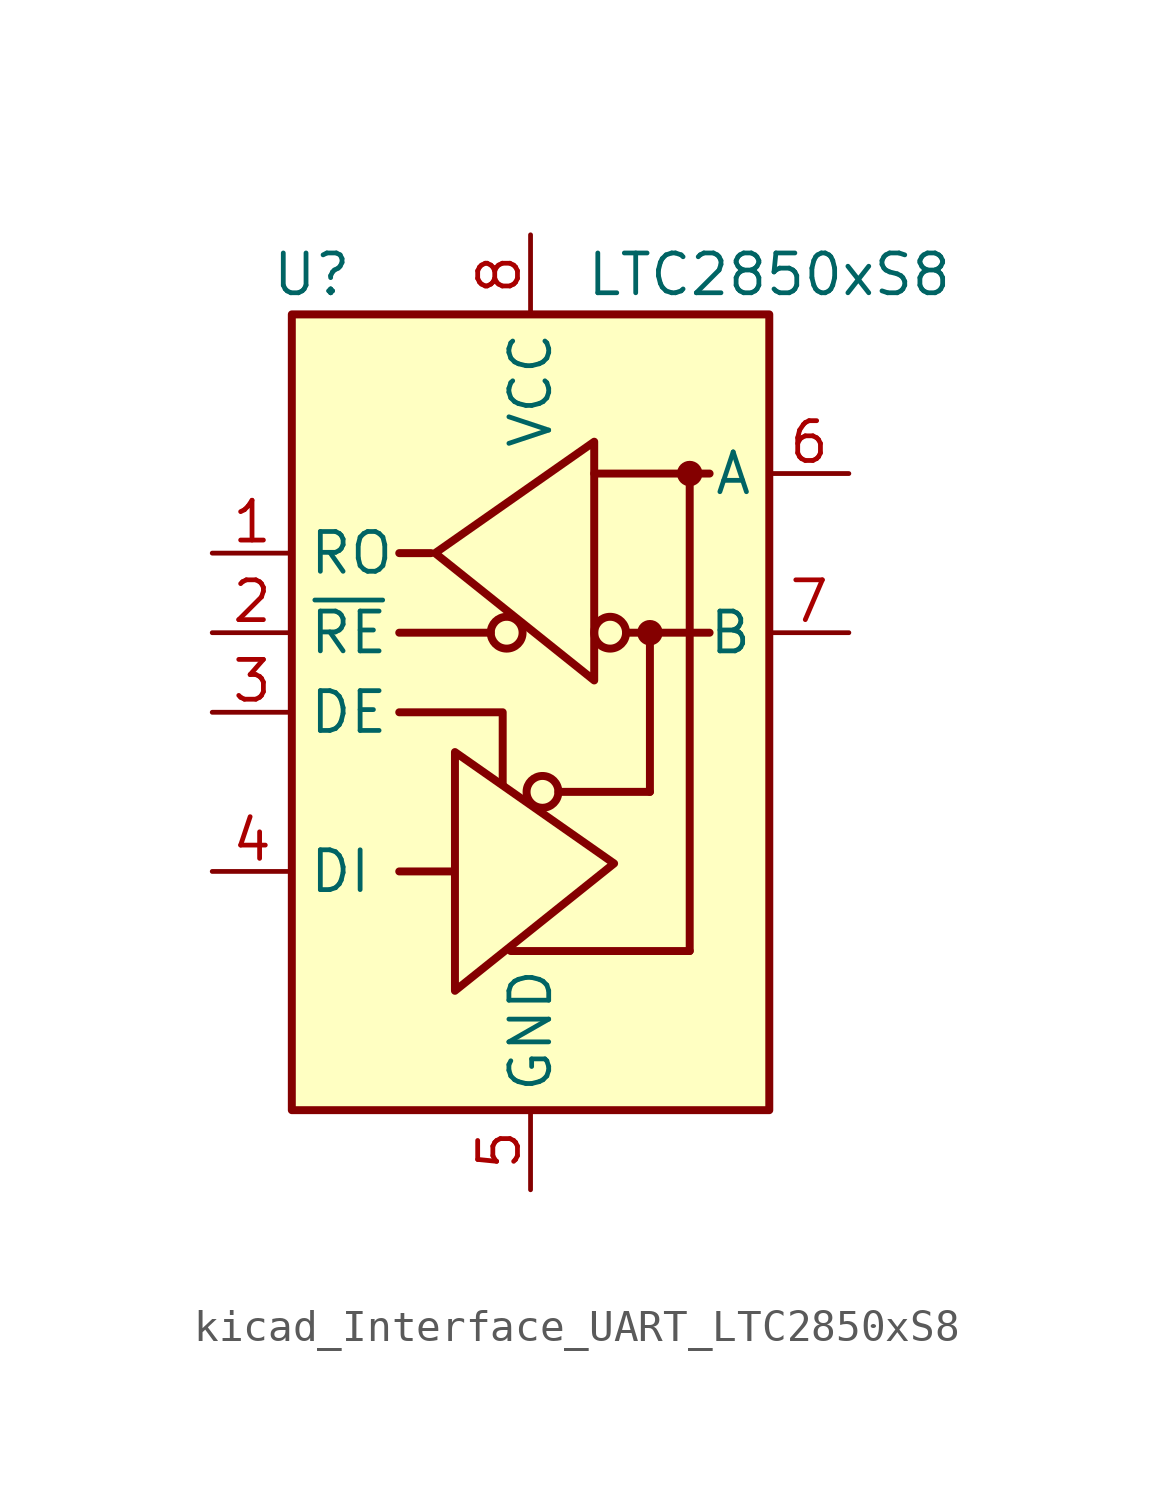
<source format=kicad_sym>
(kicad_symbol_lib
  (version 20220914)
  (generator kicad_symbol_editor)
  (symbol "kicad_Interface_UART_LTC2850xS8"
    (property "Reference" "U"
      (at -6.985 13.97 0)
      (effects (font (size 1.27 1.27))))
    (property "Value" "LTC2850xS8"
      (at 7.62 13.97 0)
      (effects (font (size 1.27 1.27))))
    (symbol "kicad_Interface_UART_LTC2850xS8_0_1"
      (rectangle (start -7.62 12.7) (end 7.62 -12.7) (stroke (width 0.254) (type default)) (fill (type background)))
      (polyline (pts (xy -4.191 2.54) (xy -1.27 2.54)) (stroke (width 0.254) (type default)) (fill (type none)))
      (polyline (pts (xy -2.54 -5.08) (xy -4.191 -5.08)) (stroke (width 0.254) (type default)) (fill (type none)))
      (polyline (pts (xy -0.635 -7.62) (xy 5.08 -7.62)) (stroke (width 0.254) (type default)) (fill (type none)))
      (polyline (pts (xy 0.889 -2.54) (xy 3.81 -2.54)) (stroke (width 0.254) (type default)) (fill (type none)))
      (polyline (pts (xy 2.032 7.62) (xy 5.715 7.62)) (stroke (width 0.254) (type default)) (fill (type none)))
      (polyline (pts (xy 3.048 2.54) (xy 5.715 2.54)) (stroke (width 0.254) (type default)) (fill (type none)))
      (polyline (pts (xy 3.81 -2.54) (xy 3.81 2.54)) (stroke (width 0.254) (type default)) (fill (type none)))
      (polyline (pts (xy 5.08 -7.62) (xy 5.08 7.62)) (stroke (width 0.254) (type default)) (fill (type none)))
      (polyline (pts (xy -4.191 0) (xy -0.889 0) (xy -0.889 -2.286)) (stroke (width 0.254) (type default)) (fill (type none)))
      (polyline (pts (xy -3.175 5.08) (xy -4.191 5.08) (xy -4.064 5.08)) (stroke (width 0.254) (type default)) (fill (type none)))
      (polyline (pts (xy -2.413 -5.08) (xy -2.413 -1.27) (xy 2.667 -4.826) (xy -2.413 -8.89) (xy -2.413 -5.08)) (stroke (width 0.254) (type default)) (fill (type none)))
      (circle (center 0.381 -2.54) (radius 0.508) (stroke (width 0.254) (type default)) (fill (type none)))
      (circle (center 3.81 2.54) (radius 0.279) (stroke (width 0.254) (type default)) (fill (type outline))))
    (symbol "kicad_Interface_UART_LTC2850xS8_1_1"
      (circle (center -0.762 2.54) (radius 0.508) (stroke (width 0.254) (type default)) (fill (type none)))
      (polyline (pts (xy 2.032 4.826) (xy 2.032 8.636) (xy -3.048 5.08) (xy 2.032 1.016) (xy 2.032 4.826)) (stroke (width 0.254) (type default)) (fill (type none)))
      (circle (center 2.54 2.54) (radius 0.508) (stroke (width 0.254) (type default)) (fill (type none)))
      (circle (center 5.08 7.62) (radius 0.279) (stroke (width 0.254) (type default)) (fill (type outline)))
      (pin output line (at -10.16 5.08 0) (length 2.54) (name "RO" (effects (font (size 1.27 1.27)))) (number "1" (effects (font (size 1.27 1.27)))))
      (pin input line (at -10.16 2.54 0) (length 2.54) (name "~{RE}" (effects (font (size 1.27 1.27)))) (number "2" (effects (font (size 1.27 1.27)))))
      (pin input line (at -10.16 0 0) (length 2.54) (name "DE" (effects (font (size 1.27 1.27)))) (number "3" (effects (font (size 1.27 1.27)))))
      (pin input line (at -10.16 -5.08 0) (length 2.54) (name "DI" (effects (font (size 1.27 1.27)))) (number "4" (effects (font (size 1.27 1.27)))))
      (pin power_in line (at 0 -15.24 90) (length 2.54) (name "GND" (effects (font (size 1.27 1.27)))) (number "5" (effects (font (size 1.27 1.27)))))
      (pin bidirectional line (at 10.16 7.62 180) (length 2.54) (name "A" (effects (font (size 1.27 1.27)))) (number "6" (effects (font (size 1.27 1.27)))))
      (pin bidirectional line (at 10.16 2.54 180) (length 2.54) (name "B" (effects (font (size 1.27 1.27)))) (number "7" (effects (font (size 1.27 1.27)))))
      (pin power_in line (at 0 15.24 270) (length 2.54) (name "VCC" (effects (font (size 1.27 1.27)))) (number "8" (effects (font (size 1.27 1.27))))))))
</source>
